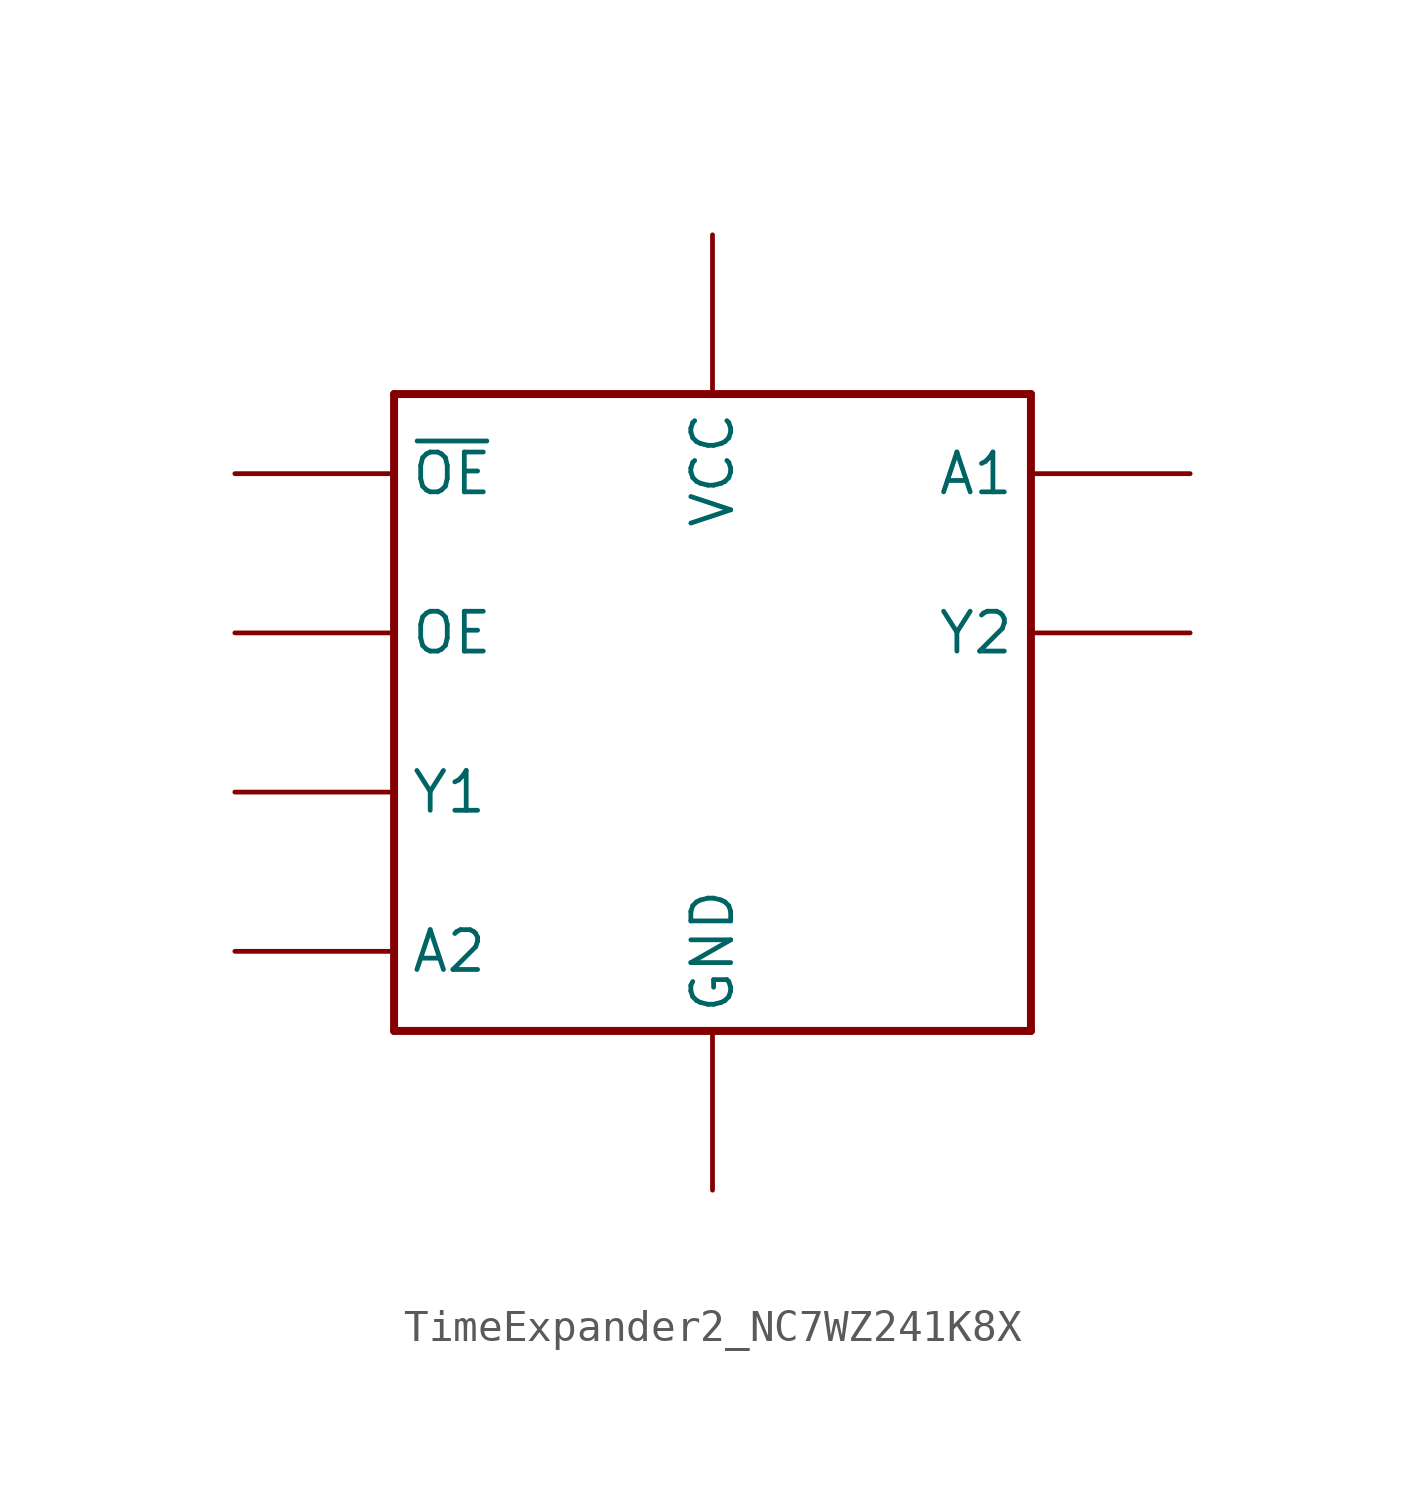
<source format=kicad_sym>
(kicad_symbol_lib
  (version 20231120)
  (generator "kicad_symbol_editor")
  (generator_version "8.0")
  (symbol "TimeExpander2_NC7WZ241K8X"
    (property "Reference" ""
      (at 22.86 17.78 0)
      (effects (font (size 2.083 1.77)) (justify left bottom) (hide yes)))
    (property "Value" ""
      (at 22.86 -10.16 0)
      (effects (font (size 2.083 1.77)) (justify left bottom)))
    (property "ki_locked" ""
      (at 0 0 0)
      (effects (font (size 1.27 1.27))))
    (symbol "TimeExpander2_NC7WZ241K8X_1_0"
      (polyline (pts (xy 5.08 -5.08) (xy 25.4 -5.08)) (stroke (width 0.254) (type solid)) (fill (type none)))
      (polyline (pts (xy 5.08 15.24) (xy 5.08 -5.08)) (stroke (width 0.254) (type solid)) (fill (type none)))
      (polyline (pts (xy 25.4 -5.08) (xy 25.4 15.24)) (stroke (width 0.254) (type solid)) (fill (type none)))
      (polyline (pts (xy 25.4 15.24) (xy 5.08 15.24)) (stroke (width 0.254) (type solid)) (fill (type none)))
      (pin power_in line (at 0 12.7 0) (length 5.08) (name "~{OE}" (effects (font (size 1.27 1.27)))) (number "!OE" (effects (font (size 0 0)))))
      (pin power_in line (at 30.48 12.7 180) (length 5.08) (name "A1" (effects (font (size 1.27 1.27)))) (number "A1" (effects (font (size 0 0)))))
      (pin power_in line (at 0 -2.54 0) (length 5.08) (name "A2" (effects (font (size 1.27 1.27)))) (number "A2" (effects (font (size 0 0)))))
      (pin power_in line (at 15.24 -10.16 90) (length 5.08) (name "GND" (effects (font (size 1.27 1.27)))) (number "GND" (effects (font (size 0 0)))))
      (pin power_in line (at 0 7.62 0) (length 5.08) (name "OE" (effects (font (size 1.27 1.27)))) (number "OE" (effects (font (size 0 0)))))
      (pin power_in line (at 15.24 20.32 270) (length 5.08) (name "VCC" (effects (font (size 1.27 1.27)))) (number "VCC" (effects (font (size 0 0)))))
      (pin power_in line (at 0 2.54 0) (length 5.08) (name "Y1" (effects (font (size 1.27 1.27)))) (number "Y1" (effects (font (size 0 0)))))
      (pin power_in line (at 30.48 7.62 180) (length 5.08) (name "Y2" (effects (font (size 1.27 1.27)))) (number "Y2" (effects (font (size 0 0))))))))
</source>
